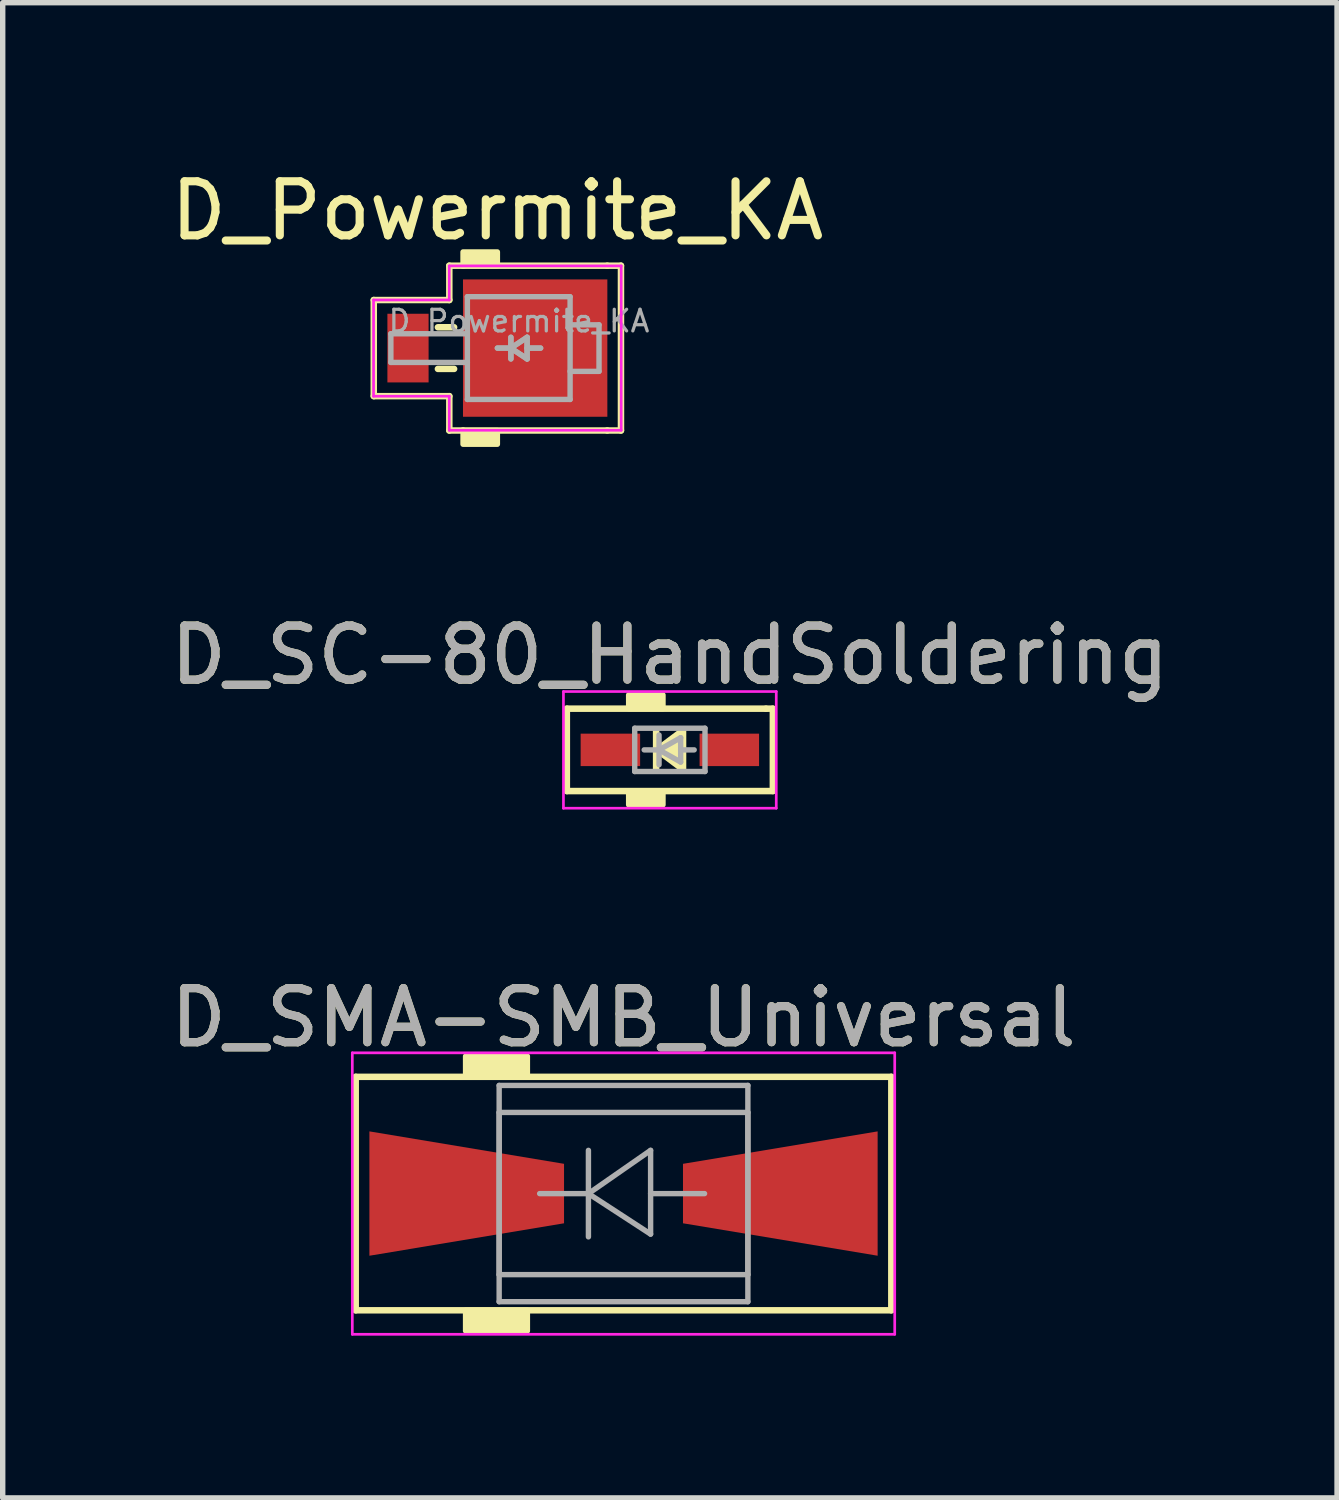
<source format=kicad_pcb>
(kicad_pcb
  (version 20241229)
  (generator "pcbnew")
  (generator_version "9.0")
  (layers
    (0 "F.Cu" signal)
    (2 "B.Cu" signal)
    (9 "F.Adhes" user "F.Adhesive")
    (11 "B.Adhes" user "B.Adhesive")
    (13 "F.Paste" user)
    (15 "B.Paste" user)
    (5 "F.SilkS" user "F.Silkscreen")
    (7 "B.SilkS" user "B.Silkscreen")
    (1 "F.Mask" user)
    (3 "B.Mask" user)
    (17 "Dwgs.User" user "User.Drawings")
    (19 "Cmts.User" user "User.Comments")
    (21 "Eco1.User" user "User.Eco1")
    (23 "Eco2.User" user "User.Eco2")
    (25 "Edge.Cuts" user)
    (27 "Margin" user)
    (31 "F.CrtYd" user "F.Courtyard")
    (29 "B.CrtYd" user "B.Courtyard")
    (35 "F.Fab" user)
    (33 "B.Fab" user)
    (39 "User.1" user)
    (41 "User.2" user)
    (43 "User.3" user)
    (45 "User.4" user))
  (footprint "D_SC-80_HandSoldering"
    (layer "F.Cu")
    (at 9.339 10.819)
    (property "Reference" "D_SC-80_HandSoldering" (at 0 -1.754 0) (layer "F.SilkS") (effects (font (size 1 1) (thickness 0.15))))
    (attr smd)
    (fp_line (start -1.905 -0.762) (end -1.905 0.762) (stroke (width 0.12) (type solid)) (layer "F.SilkS"))
    (fp_line (start -1.905 0.762) (end 1.905 0.762) (stroke (width 0.12) (type solid)) (layer "F.SilkS"))
    (fp_line (start -0.254 -0.381) (end -0.254 0.381) (stroke (width 0.12) (type solid)) (layer "F.SilkS"))
    (fp_line (start 1.778 -0.762) (end -1.905 -0.762) (stroke (width 0.12) (type solid)) (layer "F.SilkS"))
    (fp_line (start 1.905 -0.762) (end 1.778 -0.762) (stroke (width 0.12) (type solid)) (layer "F.SilkS"))
    (fp_line (start 1.905 0.762) (end 1.905 -0.762) (stroke (width 0.12) (type solid)) (layer "F.SilkS"))
    (fp_poly (pts (xy 0.254 0.381) (xy -0.254 0) (xy 0.254 -0.381)) (stroke (width 0.1) (type solid)) (fill yes) (layer "F.SilkS"))
    (fp_poly (pts (xy -0.127 -0.762) (xy -0.762 -0.762) (xy -0.762 -1.016) (xy -0.127 -1.016)) (stroke (width 0.1) (type solid)) (fill yes) (layer "F.SilkS"))
    (fp_poly (pts (xy -0.127 1.016) (xy -0.762 1.016) (xy -0.762 0.762) (xy -0.127 0.762)) (stroke (width 0.1) (type solid)) (fill yes) (layer "F.SilkS"))
    (fp_line (start -1.968 -1.079) (end -1.968 1.079) (stroke (width 0.05) (type solid)) (layer "F.CrtYd"))
    (fp_line (start -1.968 1.079) (end 1.968 1.079) (stroke (width 0.05) (type solid)) (layer "F.CrtYd"))
    (fp_line (start 1.968 -1.079) (end -1.968 -1.079) (stroke (width 0.05) (type solid)) (layer "F.CrtYd"))
    (fp_line (start 1.968 -1.079) (end 1.968 1.079) (stroke (width 0.05) (type solid)) (layer "F.CrtYd"))
    (fp_line (start -0.65 -0.4) (end 0.65 -0.4) (stroke (width 0.1) (type solid)) (layer "F.Fab"))
    (fp_line (start -0.65 0.4) (end -0.65 -0.4) (stroke (width 0.1) (type solid)) (layer "F.Fab"))
    (fp_line (start -0.2 -0.275) (end -0.2 0.275) (stroke (width 0.1) (type solid)) (layer "F.Fab"))
    (fp_line (start -0.2 0) (end -0.475 0) (stroke (width 0.1) (type solid)) (layer "F.Fab"))
    (fp_line (start -0.2 0) (end 0.2 -0.225) (stroke (width 0.1) (type solid)) (layer "F.Fab"))
    (fp_line (start 0.2 -0.225) (end 0.2 0.225) (stroke (width 0.1) (type solid)) (layer "F.Fab"))
    (fp_line (start 0.2 0) (end 0.45 0) (stroke (width 0.1) (type solid)) (layer "F.Fab"))
    (fp_line (start 0.2 0.225) (end -0.2 0) (stroke (width 0.1) (type solid)) (layer "F.Fab"))
    (fp_line (start 0.65 -0.4) (end 0.65 0.4) (stroke (width 0.1) (type solid)) (layer "F.Fab"))
    (fp_line (start 0.65 0.4) (end -0.65 0.4) (stroke (width 0.1) (type solid)) (layer "F.Fab"))
    (fp_text user "${REFERENCE}" (at 0 -1.754 0) (layer "F.Fab") (effects (font (size 1 1) (thickness 0.15))))
    (pad "1" smd rect (at -1.1 0) (size 1.1 0.6) (layers "F.Cu" "F.Mask" "F.Paste"))
    (pad "2" smd rect (at 1.1 0) (size 1.1 0.6) (layers "F.Cu" "F.Mask" "F.Paste")))
  (footprint "D_Powermite_KA"
    (layer "F.Cu")
    (at 6.149 3.388)
    (property "Reference" "D_Powermite_KA" (at 0 -2.54 0) (layer "F.SilkS") (effects (font (size 1 1) (thickness 0.15))))
    (attr smd)
    (fp_line (start -2.286 -0.889) (end -0.889 -0.889) (stroke (width 0.12) (type solid)) (layer "F.SilkS"))
    (fp_line (start -2.286 0.889) (end -2.286 -0.889) (stroke (width 0.12) (type solid)) (layer "F.SilkS"))
    (fp_line (start -1.1 -0.385) (end -0.8 -0.385) (stroke (width 0.12) (type solid)) (layer "F.SilkS"))
    (fp_line (start -1.1 0.385) (end -0.8 0.385) (stroke (width 0.12) (type solid)) (layer "F.SilkS"))
    (fp_line (start -0.889 -1.524) (end -0.635 -1.524) (stroke (width 0.12) (type solid)) (layer "F.SilkS"))
    (fp_line (start -0.889 -0.889) (end -0.889 -1.524) (stroke (width 0.12) (type solid)) (layer "F.SilkS"))
    (fp_line (start -0.889 0.889) (end -2.286 0.889) (stroke (width 0.12) (type solid)) (layer "F.SilkS"))
    (fp_line (start -0.889 1.524) (end -0.889 0.889) (stroke (width 0.12) (type solid)) (layer "F.SilkS"))
    (fp_line (start -0.635 -1.524) (end 2.032 -1.524) (stroke (width 0.12) (type solid)) (layer "F.SilkS"))
    (fp_line (start -0.635 1.524) (end -0.889 1.524) (stroke (width 0.12) (type solid)) (layer "F.SilkS"))
    (fp_line (start -0.635 1.524) (end 2.032 1.524) (stroke (width 0.12) (type solid)) (layer "F.SilkS"))
    (fp_line (start 2.032 -1.524) (end 2.286 -1.524) (stroke (width 0.12) (type solid)) (layer "F.SilkS"))
    (fp_line (start 2.286 -1.524) (end 2.286 1.524) (stroke (width 0.12) (type solid)) (layer "F.SilkS"))
    (fp_line (start 2.286 1.524) (end 2.032 1.524) (stroke (width 0.12) (type solid)) (layer "F.SilkS"))
    (fp_poly (pts (xy 0 -1.524) (xy -0.635 -1.524) (xy -0.635 -1.778) (xy 0 -1.778)) (stroke (width 0.1) (type solid)) (fill yes) (layer "F.SilkS"))
    (fp_poly (pts (xy 0 1.778) (xy -0.635 1.778) (xy -0.635 1.524) (xy 0 1.524)) (stroke (width 0.1) (type solid)) (fill yes) (layer "F.SilkS"))
    (fp_line (start -2.29 -0.89) (end -2.29 0.89) (stroke (width 0.05) (type solid)) (layer "F.CrtYd"))
    (fp_line (start -2.29 0.89) (end -0.89 0.89) (stroke (width 0.05) (type solid)) (layer "F.CrtYd"))
    (fp_line (start -0.89 -1.52) (end -0.89 -0.89) (stroke (width 0.05) (type solid)) (layer "F.CrtYd"))
    (fp_line (start -0.89 -0.89) (end -2.29 -0.89) (stroke (width 0.05) (type solid)) (layer "F.CrtYd"))
    (fp_line (start -0.89 0.89) (end -0.89 1.52) (stroke (width 0.05) (type solid)) (layer "F.CrtYd"))
    (fp_line (start -0.89 1.52) (end 2.29 1.52) (stroke (width 0.05) (type solid)) (layer "F.CrtYd"))
    (fp_line (start 2.29 -1.52) (end -0.89 -1.52) (stroke (width 0.05) (type solid)) (layer "F.CrtYd"))
    (fp_line (start 2.29 1.52) (end 2.29 -1.52) (stroke (width 0.05) (type solid)) (layer "F.CrtYd"))
    (fp_line (start -1.97 -0.265) (end -1.97 0.265) (stroke (width 0.1) (type solid)) (layer "F.Fab"))
    (fp_line (start -1.97 -0.265) (end -0.555 -0.265) (stroke (width 0.1) (type solid)) (layer "F.Fab"))
    (fp_line (start -1.97 0.265) (end -0.555 0.265) (stroke (width 0.1) (type solid)) (layer "F.Fab"))
    (fp_line (start -0.555 -0.95) (end -0.555 0.95) (stroke (width 0.1) (type solid)) (layer "F.Fab"))
    (fp_line (start -0.555 0.95) (end 1.345 0.95) (stroke (width 0.1) (type solid)) (layer "F.Fab"))
    (fp_line (start 0.25 0) (end 0 0) (stroke (width 0.1) (type solid)) (layer "F.Fab"))
    (fp_line (start 0.25 0) (end 0 0) (stroke (width 0.1) (type solid)) (layer "F.Fab"))
    (fp_line (start 0.25 0) (end 0.55 0.2) (stroke (width 0.1) (type solid)) (layer "F.Fab"))
    (fp_line (start 0.25 0) (end 0.55 0.2) (stroke (width 0.1) (type solid)) (layer "F.Fab"))
    (fp_line (start 0.25 0.2) (end 0.25 -0.2) (stroke (width 0.1) (type solid)) (layer "F.Fab"))
    (fp_line (start 0.25 0.2) (end 0.25 -0.2) (stroke (width 0.1) (type solid)) (layer "F.Fab"))
    (fp_line (start 0.55 -0.2) (end 0.25 0) (stroke (width 0.1) (type solid)) (layer "F.Fab"))
    (fp_line (start 0.55 -0.2) (end 0.25 0) (stroke (width 0.1) (type solid)) (layer "F.Fab"))
    (fp_line (start 0.55 0) (end 0.8 0) (stroke (width 0.1) (type solid)) (layer "F.Fab"))
    (fp_line (start 0.55 0) (end 0.8 0) (stroke (width 0.1) (type solid)) (layer "F.Fab"))
    (fp_line (start 0.55 0.2) (end 0.55 -0.2) (stroke (width 0.1) (type solid)) (layer "F.Fab"))
    (fp_line (start 0.55 0.2) (end 0.55 -0.2) (stroke (width 0.1) (type solid)) (layer "F.Fab"))
    (fp_line (start 1.345 -0.95) (end -0.555 -0.95) (stroke (width 0.1) (type solid)) (layer "F.Fab"))
    (fp_line (start 1.345 -0.43) (end 1.88 -0.43) (stroke (width 0.1) (type solid)) (layer "F.Fab"))
    (fp_line (start 1.345 0.95) (end 1.345 -0.95) (stroke (width 0.1) (type solid)) (layer "F.Fab"))
    (fp_line (start 1.88 -0.43) (end 1.88 0.43) (stroke (width 0.1) (type solid)) (layer "F.Fab"))
    (fp_line (start 1.88 0.43) (end 1.345 0.43) (stroke (width 0.1) (type solid)) (layer "F.Fab"))
    (fp_text user "${REFERENCE}" (at 0.4 -0.5 0) (layer "F.Fab") (effects (font (size 0.4 0.4) (thickness 0.06))))
    (pad "1" smd rect (at -1.653 0) (size 0.762 1.27) (layers "F.Cu" "F.Mask" "F.Paste"))
    (pad "2" smd rect (at 0.699 0) (size 2.67 2.54) (layers "F.Cu" "F.Mask" "F.Paste")))
  (footprint "D_SMA-SMB_Universal"
    (layer "F.Cu")
    (at 8.482 19.025)
    (property "Reference" "D_SMA-SMB_Universal" (at 0 -3.254 0) (layer "F.SilkS") (effects (font (size 1 1) (thickness 0.15))))
    (attr smd)
    (fp_line (start -4.953 -2.159) (end -4.953 2.159) (stroke (width 0.12) (type solid)) (layer "F.SilkS"))
    (fp_line (start -4.953 2.159) (end 4.953 2.159) (stroke (width 0.12) (type solid)) (layer "F.SilkS"))
    (fp_line (start 4.953 -2.159) (end -4.953 -2.159) (stroke (width 0.12) (type solid)) (layer "F.SilkS"))
    (fp_line (start 4.953 2.159) (end 4.953 -2.159) (stroke (width 0.12) (type solid)) (layer "F.SilkS"))
    (fp_poly (pts (xy -1.778 -2.159) (xy -2.921 -2.159) (xy -2.921 -2.54) (xy -1.778 -2.54)) (stroke (width 0.1) (type solid)) (fill yes) (layer "F.SilkS"))
    (fp_poly (pts (xy -1.778 2.54) (xy -2.921 2.54) (xy -2.921 2.159) (xy -1.778 2.159)) (stroke (width 0.1) (type solid)) (fill yes) (layer "F.SilkS"))
    (fp_line (start -5.016 -2.603) (end 5.016 -2.603) (stroke (width 0.05) (type solid)) (layer "F.CrtYd"))
    (fp_line (start -5.016 2.603) (end -5.016 -2.603) (stroke (width 0.05) (type solid)) (layer "F.CrtYd"))
    (fp_line (start 5.016 -2.603) (end 5.016 2.603) (stroke (width 0.05) (type solid)) (layer "F.CrtYd"))
    (fp_line (start 5.016 2.603) (end -5.016 2.603) (stroke (width 0.05) (type solid)) (layer "F.CrtYd"))
    (fp_line (start -2.3 1.5) (end -2.3 -1.5) (stroke (width 0.1) (type solid)) (layer "F.Fab"))
    (fp_line (start -2.3 2) (end -2.3 -2) (stroke (width 0.1) (type solid)) (layer "F.Fab"))
    (fp_line (start -0.649 -0.799) (end -0.649 0.801) (stroke (width 0.1) (type solid)) (layer "F.Fab"))
    (fp_line (start -0.649 0.001) (end -1.551 0.001) (stroke (width 0.1) (type solid)) (layer "F.Fab"))
    (fp_line (start -0.649 0.001) (end 0.501 -0.799) (stroke (width 0.1) (type solid)) (layer "F.Fab"))
    (fp_line (start -0.649 0.001) (end 0.501 0.75) (stroke (width 0.1) (type solid)) (layer "F.Fab"))
    (fp_line (start 0.501 0.001) (end 1.499 0.001) (stroke (width 0.1) (type solid)) (layer "F.Fab"))
    (fp_line (start 0.501 0.75) (end 0.501 -0.799) (stroke (width 0.1) (type solid)) (layer "F.Fab"))
    (fp_line (start 2.3 -2) (end -2.3 -2) (stroke (width 0.1) (type solid)) (layer "F.Fab"))
    (fp_line (start 2.3 -2) (end 2.3 2) (stroke (width 0.1) (type solid)) (layer "F.Fab"))
    (fp_line (start 2.3 -1.5) (end -2.3 -1.5) (stroke (width 0.1) (type solid)) (layer "F.Fab"))
    (fp_line (start 2.3 -1.5) (end 2.3 1.5) (stroke (width 0.1) (type solid)) (layer "F.Fab"))
    (fp_line (start 2.3 1.5) (end -2.3 1.5) (stroke (width 0.1) (type solid)) (layer "F.Fab"))
    (fp_line (start 2.3 2) (end -2.3 2) (stroke (width 0.1) (type solid)) (layer "F.Fab"))
    (fp_text user "${REFERENCE}" (at 0 -3.254 0) (layer "F.Fab") (effects (font (size 1 1) (thickness 0.15))))
    (pad "1" smd trapezoid (at -2.9 0) (size 3.6 1.7) (rect_delta 0.6 0) (layers "F.Cu" "F.Mask" "F.Paste"))
    (pad "2" smd trapezoid (at 2.9 0 180) (size 3.6 1.7) (rect_delta 0.6 0) (layers "F.Cu" "F.Mask" "F.Paste")))
  (gr_rect
    (start -3 -3)
    (end 21.679 24.654)
    (stroke (width 0.1) (type default))
    (fill no)
    (layer "Edge.Cuts")))
</source>
